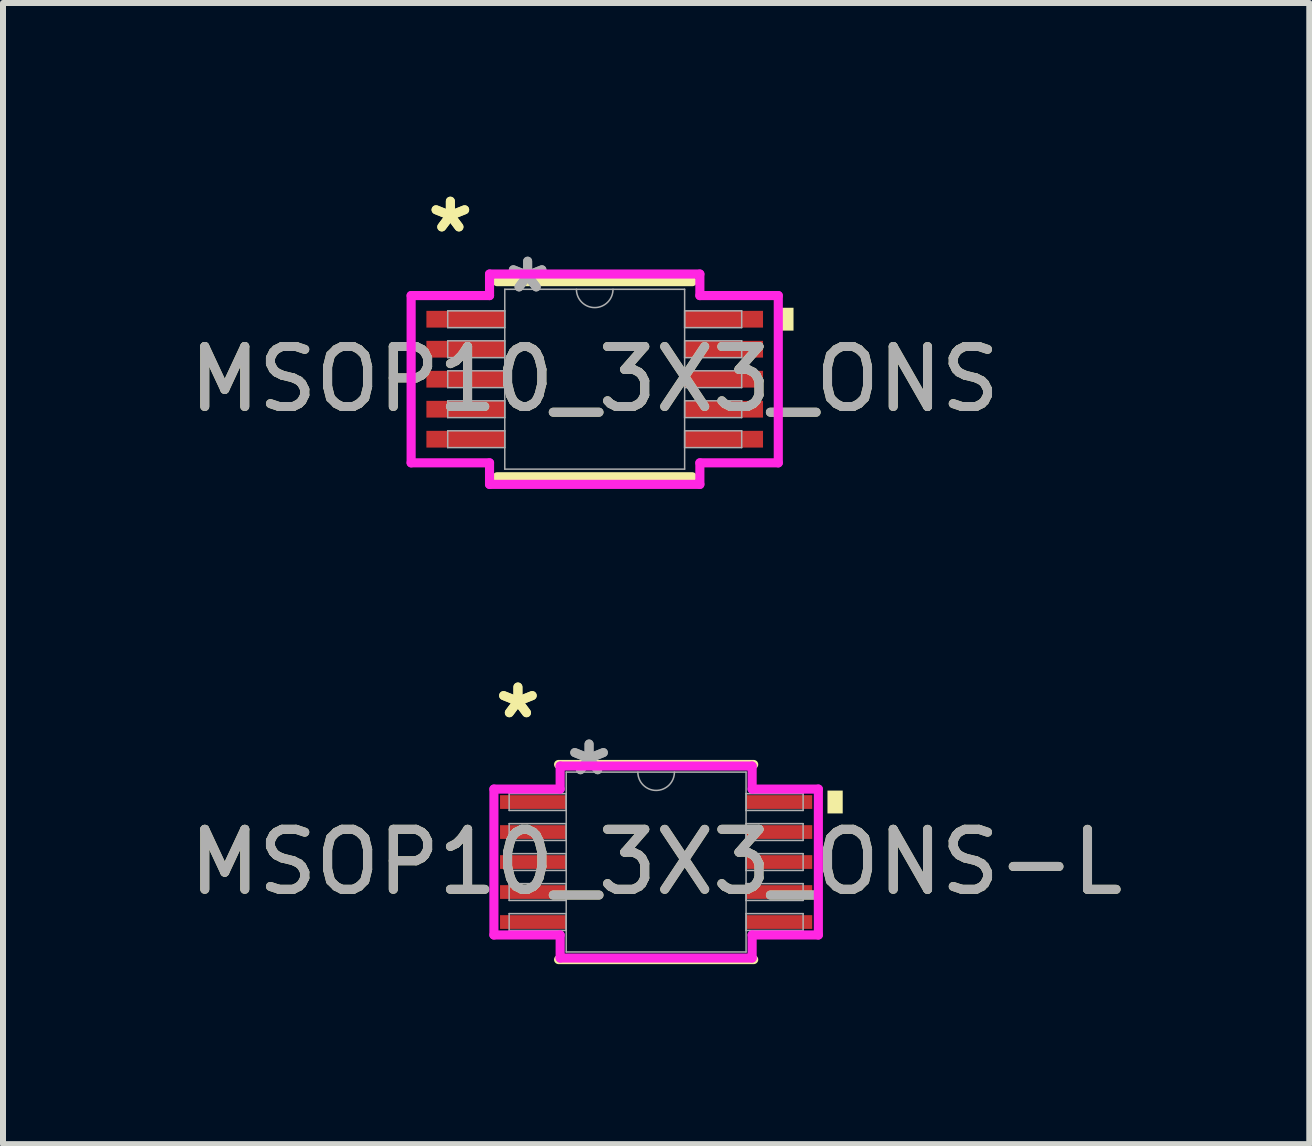
<source format=kicad_pcb>
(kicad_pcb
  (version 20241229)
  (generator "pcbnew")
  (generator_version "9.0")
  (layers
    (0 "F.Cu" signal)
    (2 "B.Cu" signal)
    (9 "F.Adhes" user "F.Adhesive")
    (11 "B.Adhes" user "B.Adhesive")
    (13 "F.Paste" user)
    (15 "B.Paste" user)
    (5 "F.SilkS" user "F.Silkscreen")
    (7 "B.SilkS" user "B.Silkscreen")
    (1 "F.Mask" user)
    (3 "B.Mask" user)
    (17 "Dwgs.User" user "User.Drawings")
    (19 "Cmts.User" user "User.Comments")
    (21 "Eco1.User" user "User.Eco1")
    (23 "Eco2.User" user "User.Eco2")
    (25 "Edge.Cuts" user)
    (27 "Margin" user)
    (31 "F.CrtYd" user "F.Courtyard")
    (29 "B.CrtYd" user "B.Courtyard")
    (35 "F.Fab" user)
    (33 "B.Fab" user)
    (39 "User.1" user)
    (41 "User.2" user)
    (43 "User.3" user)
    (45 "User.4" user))
  (footprint "MSOP10_3X3_ONS-L"
    (layer "F.Cu")
    (at 7.887 11.319)
    (property "Reference" "MSOP10_3X3_ONS-L" (at 0 0 0) (unlocked yes) (layer "F.SilkS") (effects (font (size 1 1) (thickness 0.15))))
    (attr smd)
    (fp_line (start -1.626 1.626) (end 1.626 1.626) (stroke (width 0.152) (type solid)) (layer "F.SilkS"))
    (fp_line (start 1.626 -1.626) (end -1.626 -1.626) (stroke (width 0.152) (type solid)) (layer "F.SilkS"))
    (fp_poly (pts (xy 3.11 -1.191) (xy 3.11 -0.81) (xy 2.856 -0.81) (xy 2.856 -1.191)) (stroke (width 0) (type solid)) (fill yes) (layer "F.SilkS"))
    (fp_line (start -2.704 -1.216) (end -1.6 -1.216) (stroke (width 0.152) (type solid)) (layer "F.CrtYd"))
    (fp_line (start -2.704 1.216) (end -2.704 -1.216) (stroke (width 0.152) (type solid)) (layer "F.CrtYd"))
    (fp_line (start -2.704 1.216) (end -1.6 1.216) (stroke (width 0.152) (type solid)) (layer "F.CrtYd"))
    (fp_line (start -1.6 -1.6) (end 1.6 -1.6) (stroke (width 0.152) (type solid)) (layer "F.CrtYd"))
    (fp_line (start -1.6 -1.216) (end -1.6 -1.6) (stroke (width 0.152) (type solid)) (layer "F.CrtYd"))
    (fp_line (start -1.6 1.6) (end -1.6 1.216) (stroke (width 0.152) (type solid)) (layer "F.CrtYd"))
    (fp_line (start 1.6 -1.6) (end 1.6 -1.216) (stroke (width 0.152) (type solid)) (layer "F.CrtYd"))
    (fp_line (start 1.6 1.216) (end 1.6 1.6) (stroke (width 0.152) (type solid)) (layer "F.CrtYd"))
    (fp_line (start 1.6 1.6) (end -1.6 1.6) (stroke (width 0.152) (type solid)) (layer "F.CrtYd"))
    (fp_line (start 2.704 -1.216) (end 1.6 -1.216) (stroke (width 0.152) (type solid)) (layer "F.CrtYd"))
    (fp_line (start 2.704 -1.216) (end 2.704 1.216) (stroke (width 0.152) (type solid)) (layer "F.CrtYd"))
    (fp_line (start 2.704 1.216) (end 1.6 1.216) (stroke (width 0.152) (type solid)) (layer "F.CrtYd"))
    (fp_line (start -2.45 -1.14) (end -2.45 -0.86) (stroke (width 0.025) (type solid)) (layer "F.Fab"))
    (fp_line (start -2.45 -0.86) (end -1.499 -0.86) (stroke (width 0.025) (type solid)) (layer "F.Fab"))
    (fp_line (start -2.45 -0.64) (end -2.45 -0.36) (stroke (width 0.025) (type solid)) (layer "F.Fab"))
    (fp_line (start -2.45 -0.36) (end -1.499 -0.36) (stroke (width 0.025) (type solid)) (layer "F.Fab"))
    (fp_line (start -2.45 -0.14) (end -2.45 0.14) (stroke (width 0.025) (type solid)) (layer "F.Fab"))
    (fp_line (start -2.45 0.14) (end -1.499 0.14) (stroke (width 0.025) (type solid)) (layer "F.Fab"))
    (fp_line (start -2.45 0.36) (end -2.45 0.64) (stroke (width 0.025) (type solid)) (layer "F.Fab"))
    (fp_line (start -2.45 0.64) (end -1.499 0.64) (stroke (width 0.025) (type solid)) (layer "F.Fab"))
    (fp_line (start -2.45 0.86) (end -2.45 1.14) (stroke (width 0.025) (type solid)) (layer "F.Fab"))
    (fp_line (start -2.45 1.14) (end -1.499 1.14) (stroke (width 0.025) (type solid)) (layer "F.Fab"))
    (fp_line (start -1.499 -1.499) (end -1.499 1.499) (stroke (width 0.025) (type solid)) (layer "F.Fab"))
    (fp_line (start -1.499 -1.14) (end -2.45 -1.14) (stroke (width 0.025) (type solid)) (layer "F.Fab"))
    (fp_line (start -1.499 -0.86) (end -1.499 -1.14) (stroke (width 0.025) (type solid)) (layer "F.Fab"))
    (fp_line (start -1.499 -0.64) (end -2.45 -0.64) (stroke (width 0.025) (type solid)) (layer "F.Fab"))
    (fp_line (start -1.499 -0.36) (end -1.499 -0.64) (stroke (width 0.025) (type solid)) (layer "F.Fab"))
    (fp_line (start -1.499 -0.14) (end -2.45 -0.14) (stroke (width 0.025) (type solid)) (layer "F.Fab"))
    (fp_line (start -1.499 0.14) (end -1.499 -0.14) (stroke (width 0.025) (type solid)) (layer "F.Fab"))
    (fp_line (start -1.499 0.36) (end -2.45 0.36) (stroke (width 0.025) (type solid)) (layer "F.Fab"))
    (fp_line (start -1.499 0.64) (end -1.499 0.36) (stroke (width 0.025) (type solid)) (layer "F.Fab"))
    (fp_line (start -1.499 0.86) (end -2.45 0.86) (stroke (width 0.025) (type solid)) (layer "F.Fab"))
    (fp_line (start -1.499 1.14) (end -1.499 0.86) (stroke (width 0.025) (type solid)) (layer "F.Fab"))
    (fp_line (start -1.499 1.499) (end 1.499 1.499) (stroke (width 0.025) (type solid)) (layer "F.Fab"))
    (fp_line (start 1.499 -1.499) (end -1.499 -1.499) (stroke (width 0.025) (type solid)) (layer "F.Fab"))
    (fp_line (start 1.499 -1.14) (end 1.499 -0.86) (stroke (width 0.025) (type solid)) (layer "F.Fab"))
    (fp_line (start 1.499 -0.86) (end 2.45 -0.86) (stroke (width 0.025) (type solid)) (layer "F.Fab"))
    (fp_line (start 1.499 -0.64) (end 1.499 -0.36) (stroke (width 0.025) (type solid)) (layer "F.Fab"))
    (fp_line (start 1.499 -0.36) (end 2.45 -0.36) (stroke (width 0.025) (type solid)) (layer "F.Fab"))
    (fp_line (start 1.499 -0.14) (end 1.499 0.14) (stroke (width 0.025) (type solid)) (layer "F.Fab"))
    (fp_line (start 1.499 0.14) (end 2.45 0.14) (stroke (width 0.025) (type solid)) (layer "F.Fab"))
    (fp_line (start 1.499 0.36) (end 1.499 0.64) (stroke (width 0.025) (type solid)) (layer "F.Fab"))
    (fp_line (start 1.499 0.64) (end 2.45 0.64) (stroke (width 0.025) (type solid)) (layer "F.Fab"))
    (fp_line (start 1.499 0.86) (end 1.499 1.14) (stroke (width 0.025) (type solid)) (layer "F.Fab"))
    (fp_line (start 1.499 1.14) (end 2.45 1.14) (stroke (width 0.025) (type solid)) (layer "F.Fab"))
    (fp_line (start 1.499 1.499) (end 1.499 -1.499) (stroke (width 0.025) (type solid)) (layer "F.Fab"))
    (fp_line (start 2.45 -1.14) (end 1.499 -1.14) (stroke (width 0.025) (type solid)) (layer "F.Fab"))
    (fp_line (start 2.45 -0.86) (end 2.45 -1.14) (stroke (width 0.025) (type solid)) (layer "F.Fab"))
    (fp_line (start 2.45 -0.64) (end 1.499 -0.64) (stroke (width 0.025) (type solid)) (layer "F.Fab"))
    (fp_line (start 2.45 -0.36) (end 2.45 -0.64) (stroke (width 0.025) (type solid)) (layer "F.Fab"))
    (fp_line (start 2.45 -0.14) (end 1.499 -0.14) (stroke (width 0.025) (type solid)) (layer "F.Fab"))
    (fp_line (start 2.45 0.14) (end 2.45 -0.14) (stroke (width 0.025) (type solid)) (layer "F.Fab"))
    (fp_line (start 2.45 0.36) (end 1.499 0.36) (stroke (width 0.025) (type solid)) (layer "F.Fab"))
    (fp_line (start 2.45 0.64) (end 2.45 0.36) (stroke (width 0.025) (type solid)) (layer "F.Fab"))
    (fp_line (start 2.45 0.86) (end 1.499 0.86) (stroke (width 0.025) (type solid)) (layer "F.Fab"))
    (fp_line (start 2.45 1.14) (end 2.45 0.86) (stroke (width 0.025) (type solid)) (layer "F.Fab"))
    (fp_arc (start 0.3048 -1.4986) (mid 0 -1.1938) (end -0.3048 -1.4986) (stroke (width 0.0254) (type solid)) (layer "F.Fab"))
    (fp_text user "*" (at -2.304 -2.372 0) (unlocked yes) (layer "F.SilkS") (effects (font (size 1 1) (thickness 0.15))))
    (fp_text user "*" (at -2.304 -2.372 0) (layer "F.SilkS") (effects (font (size 1 1) (thickness 0.15))))
    (fp_text user "${REFERENCE}" (at 0 0 0) (unlocked yes) (layer "F.Fab") (effects (font (size 1 1) (thickness 0.15))))
    (fp_text user "*" (at -1.118 -1.422 0) (layer "F.Fab") (effects (font (size 1 1) (thickness 0.15))))
    (fp_text user "*" (at -1.118 -1.422 0) (unlocked yes) (layer "F.Fab") (effects (font (size 1 1) (thickness 0.15))))
    (pad "1" smd rect (at -2.05 -1) (size 1.104 0.229) (layers "F.Cu" "F.Mask" "F.Paste"))
    (pad "2" smd rect (at -2.05 -0.5) (size 1.104 0.229) (layers "F.Cu" "F.Mask" "F.Paste"))
    (pad "3" smd rect (at -2.05 0) (size 1.104 0.229) (layers "F.Cu" "F.Mask" "F.Paste"))
    (pad "4" smd rect (at -2.05 0.5) (size 1.104 0.229) (layers "F.Cu" "F.Mask" "F.Paste"))
    (pad "5" smd rect (at -2.05 1) (size 1.104 0.229) (layers "F.Cu" "F.Mask" "F.Paste"))
    (pad "6" smd rect (at 2.05 1) (size 1.104 0.229) (layers "F.Cu" "F.Mask" "F.Paste"))
    (pad "7" smd rect (at 2.05 0.5) (size 1.104 0.229) (layers "F.Cu" "F.Mask" "F.Paste"))
    (pad "8" smd rect (at 2.05 0) (size 1.104 0.229) (layers "F.Cu" "F.Mask" "F.Paste"))
    (pad "9" smd rect (at 2.05 -0.5) (size 1.104 0.229) (layers "F.Cu" "F.Mask" "F.Paste"))
    (pad "10" smd rect (at 2.05 -1) (size 1.104 0.229) (layers "F.Cu" "F.Mask" "F.Paste")))
  (footprint "MSOP10_3X3_ONS"
    (layer "F.Cu")
    (at 6.863 3.271)
    (property "Reference" "MSOP10_3X3_ONS" (at 0 0 0) (unlocked yes) (layer "F.SilkS") (effects (font (size 1 1) (thickness 0.15))))
    (attr smd)
    (fp_line (start -1.626 1.626) (end 1.626 1.626) (stroke (width 0.152) (type solid)) (layer "F.SilkS"))
    (fp_line (start 1.626 -1.626) (end -1.626 -1.626) (stroke (width 0.152) (type solid)) (layer "F.SilkS"))
    (fp_poly (pts (xy 3.314 -1.191) (xy 3.314 -0.81) (xy 3.06 -0.81) (xy 3.06 -1.191)) (stroke (width 0) (type solid)) (fill yes) (layer "F.SilkS"))
    (fp_line (start -3.06 -1.394) (end -1.753 -1.394) (stroke (width 0.152) (type solid)) (layer "F.CrtYd"))
    (fp_line (start -3.06 1.394) (end -3.06 -1.394) (stroke (width 0.152) (type solid)) (layer "F.CrtYd"))
    (fp_line (start -3.06 1.394) (end -1.753 1.394) (stroke (width 0.152) (type solid)) (layer "F.CrtYd"))
    (fp_line (start -1.753 -1.753) (end 1.753 -1.753) (stroke (width 0.152) (type solid)) (layer "F.CrtYd"))
    (fp_line (start -1.753 -1.394) (end -1.753 -1.753) (stroke (width 0.152) (type solid)) (layer "F.CrtYd"))
    (fp_line (start -1.753 1.753) (end -1.753 1.394) (stroke (width 0.152) (type solid)) (layer "F.CrtYd"))
    (fp_line (start 1.753 -1.753) (end 1.753 -1.394) (stroke (width 0.152) (type solid)) (layer "F.CrtYd"))
    (fp_line (start 1.753 1.394) (end 1.753 1.753) (stroke (width 0.152) (type solid)) (layer "F.CrtYd"))
    (fp_line (start 1.753 1.753) (end -1.753 1.753) (stroke (width 0.152) (type solid)) (layer "F.CrtYd"))
    (fp_line (start 3.06 -1.394) (end 1.753 -1.394) (stroke (width 0.152) (type solid)) (layer "F.CrtYd"))
    (fp_line (start 3.06 -1.394) (end 3.06 1.394) (stroke (width 0.152) (type solid)) (layer "F.CrtYd"))
    (fp_line (start 3.06 1.394) (end 1.753 1.394) (stroke (width 0.152) (type solid)) (layer "F.CrtYd"))
    (fp_line (start -2.45 -1.14) (end -2.45 -0.86) (stroke (width 0.025) (type solid)) (layer "F.Fab"))
    (fp_line (start -2.45 -0.86) (end -1.499 -0.86) (stroke (width 0.025) (type solid)) (layer "F.Fab"))
    (fp_line (start -2.45 -0.64) (end -2.45 -0.36) (stroke (width 0.025) (type solid)) (layer "F.Fab"))
    (fp_line (start -2.45 -0.36) (end -1.499 -0.36) (stroke (width 0.025) (type solid)) (layer "F.Fab"))
    (fp_line (start -2.45 -0.14) (end -2.45 0.14) (stroke (width 0.025) (type solid)) (layer "F.Fab"))
    (fp_line (start -2.45 0.14) (end -1.499 0.14) (stroke (width 0.025) (type solid)) (layer "F.Fab"))
    (fp_line (start -2.45 0.36) (end -2.45 0.64) (stroke (width 0.025) (type solid)) (layer "F.Fab"))
    (fp_line (start -2.45 0.64) (end -1.499 0.64) (stroke (width 0.025) (type solid)) (layer "F.Fab"))
    (fp_line (start -2.45 0.86) (end -2.45 1.14) (stroke (width 0.025) (type solid)) (layer "F.Fab"))
    (fp_line (start -2.45 1.14) (end -1.499 1.14) (stroke (width 0.025) (type solid)) (layer "F.Fab"))
    (fp_line (start -1.499 -1.499) (end -1.499 1.499) (stroke (width 0.025) (type solid)) (layer "F.Fab"))
    (fp_line (start -1.499 -1.14) (end -2.45 -1.14) (stroke (width 0.025) (type solid)) (layer "F.Fab"))
    (fp_line (start -1.499 -0.86) (end -1.499 -1.14) (stroke (width 0.025) (type solid)) (layer "F.Fab"))
    (fp_line (start -1.499 -0.64) (end -2.45 -0.64) (stroke (width 0.025) (type solid)) (layer "F.Fab"))
    (fp_line (start -1.499 -0.36) (end -1.499 -0.64) (stroke (width 0.025) (type solid)) (layer "F.Fab"))
    (fp_line (start -1.499 -0.14) (end -2.45 -0.14) (stroke (width 0.025) (type solid)) (layer "F.Fab"))
    (fp_line (start -1.499 0.14) (end -1.499 -0.14) (stroke (width 0.025) (type solid)) (layer "F.Fab"))
    (fp_line (start -1.499 0.36) (end -2.45 0.36) (stroke (width 0.025) (type solid)) (layer "F.Fab"))
    (fp_line (start -1.499 0.64) (end -1.499 0.36) (stroke (width 0.025) (type solid)) (layer "F.Fab"))
    (fp_line (start -1.499 0.86) (end -2.45 0.86) (stroke (width 0.025) (type solid)) (layer "F.Fab"))
    (fp_line (start -1.499 1.14) (end -1.499 0.86) (stroke (width 0.025) (type solid)) (layer "F.Fab"))
    (fp_line (start -1.499 1.499) (end 1.499 1.499) (stroke (width 0.025) (type solid)) (layer "F.Fab"))
    (fp_line (start 1.499 -1.499) (end -1.499 -1.499) (stroke (width 0.025) (type solid)) (layer "F.Fab"))
    (fp_line (start 1.499 -1.14) (end 1.499 -0.86) (stroke (width 0.025) (type solid)) (layer "F.Fab"))
    (fp_line (start 1.499 -0.86) (end 2.45 -0.86) (stroke (width 0.025) (type solid)) (layer "F.Fab"))
    (fp_line (start 1.499 -0.64) (end 1.499 -0.36) (stroke (width 0.025) (type solid)) (layer "F.Fab"))
    (fp_line (start 1.499 -0.36) (end 2.45 -0.36) (stroke (width 0.025) (type solid)) (layer "F.Fab"))
    (fp_line (start 1.499 -0.14) (end 1.499 0.14) (stroke (width 0.025) (type solid)) (layer "F.Fab"))
    (fp_line (start 1.499 0.14) (end 2.45 0.14) (stroke (width 0.025) (type solid)) (layer "F.Fab"))
    (fp_line (start 1.499 0.36) (end 1.499 0.64) (stroke (width 0.025) (type solid)) (layer "F.Fab"))
    (fp_line (start 1.499 0.64) (end 2.45 0.64) (stroke (width 0.025) (type solid)) (layer "F.Fab"))
    (fp_line (start 1.499 0.86) (end 1.499 1.14) (stroke (width 0.025) (type solid)) (layer "F.Fab"))
    (fp_line (start 1.499 1.14) (end 2.45 1.14) (stroke (width 0.025) (type solid)) (layer "F.Fab"))
    (fp_line (start 1.499 1.499) (end 1.499 -1.499) (stroke (width 0.025) (type solid)) (layer "F.Fab"))
    (fp_line (start 2.45 -1.14) (end 1.499 -1.14) (stroke (width 0.025) (type solid)) (layer "F.Fab"))
    (fp_line (start 2.45 -0.86) (end 2.45 -1.14) (stroke (width 0.025) (type solid)) (layer "F.Fab"))
    (fp_line (start 2.45 -0.64) (end 1.499 -0.64) (stroke (width 0.025) (type solid)) (layer "F.Fab"))
    (fp_line (start 2.45 -0.36) (end 2.45 -0.64) (stroke (width 0.025) (type solid)) (layer "F.Fab"))
    (fp_line (start 2.45 -0.14) (end 1.499 -0.14) (stroke (width 0.025) (type solid)) (layer "F.Fab"))
    (fp_line (start 2.45 0.14) (end 2.45 -0.14) (stroke (width 0.025) (type solid)) (layer "F.Fab"))
    (fp_line (start 2.45 0.36) (end 1.499 0.36) (stroke (width 0.025) (type solid)) (layer "F.Fab"))
    (fp_line (start 2.45 0.64) (end 2.45 0.36) (stroke (width 0.025) (type solid)) (layer "F.Fab"))
    (fp_line (start 2.45 0.86) (end 1.499 0.86) (stroke (width 0.025) (type solid)) (layer "F.Fab"))
    (fp_line (start 2.45 1.14) (end 2.45 0.86) (stroke (width 0.025) (type solid)) (layer "F.Fab"))
    (fp_arc (start 0.3048 -1.4986) (mid 0 -1.1938) (end -0.3048 -1.4986) (stroke (width 0.0254) (type solid)) (layer "F.Fab"))
    (fp_text user "*" (at -2.406 -2.422 0) (layer "F.SilkS") (effects (font (size 1 1) (thickness 0.15))))
    (fp_text user "*" (at -2.406 -2.422 0) (unlocked yes) (layer "F.SilkS") (effects (font (size 1 1) (thickness 0.15))))
    (fp_text user "${REFERENCE}" (at 0 0 0) (unlocked yes) (layer "F.Fab") (effects (font (size 1 1) (thickness 0.15))))
    (fp_text user "*" (at -1.118 -1.422 0) (unlocked yes) (layer "F.Fab") (effects (font (size 1 1) (thickness 0.15))))
    (fp_text user "*" (at -1.118 -1.422 0) (layer "F.Fab") (effects (font (size 1 1) (thickness 0.15))))
    (pad "1" smd rect (at -2.152 -1) (size 1.307 0.279) (layers "F.Cu" "F.Mask" "F.Paste"))
    (pad "2" smd rect (at -2.152 -0.5) (size 1.307 0.279) (layers "F.Cu" "F.Mask" "F.Paste"))
    (pad "3" smd rect (at -2.152 0) (size 1.307 0.279) (layers "F.Cu" "F.Mask" "F.Paste"))
    (pad "4" smd rect (at -2.152 0.5) (size 1.307 0.279) (layers "F.Cu" "F.Mask" "F.Paste"))
    (pad "5" smd rect (at -2.152 1) (size 1.307 0.279) (layers "F.Cu" "F.Mask" "F.Paste"))
    (pad "6" smd rect (at 2.152 1) (size 1.307 0.279) (layers "F.Cu" "F.Mask" "F.Paste"))
    (pad "7" smd rect (at 2.152 0.5) (size 1.307 0.279) (layers "F.Cu" "F.Mask" "F.Paste"))
    (pad "8" smd rect (at 2.152 0) (size 1.307 0.279) (layers "F.Cu" "F.Mask" "F.Paste"))
    (pad "9" smd rect (at 2.152 -0.5) (size 1.307 0.279) (layers "F.Cu" "F.Mask" "F.Paste"))
    (pad "10" smd rect (at 2.152 -1) (size 1.307 0.279) (layers "F.Cu" "F.Mask" "F.Paste")))
  (gr_rect
    (start -3 -3)
    (end 18.774 16.021)
    (stroke (width 0.1) (type default))
    (fill no)
    (layer "Edge.Cuts")))
</source>
